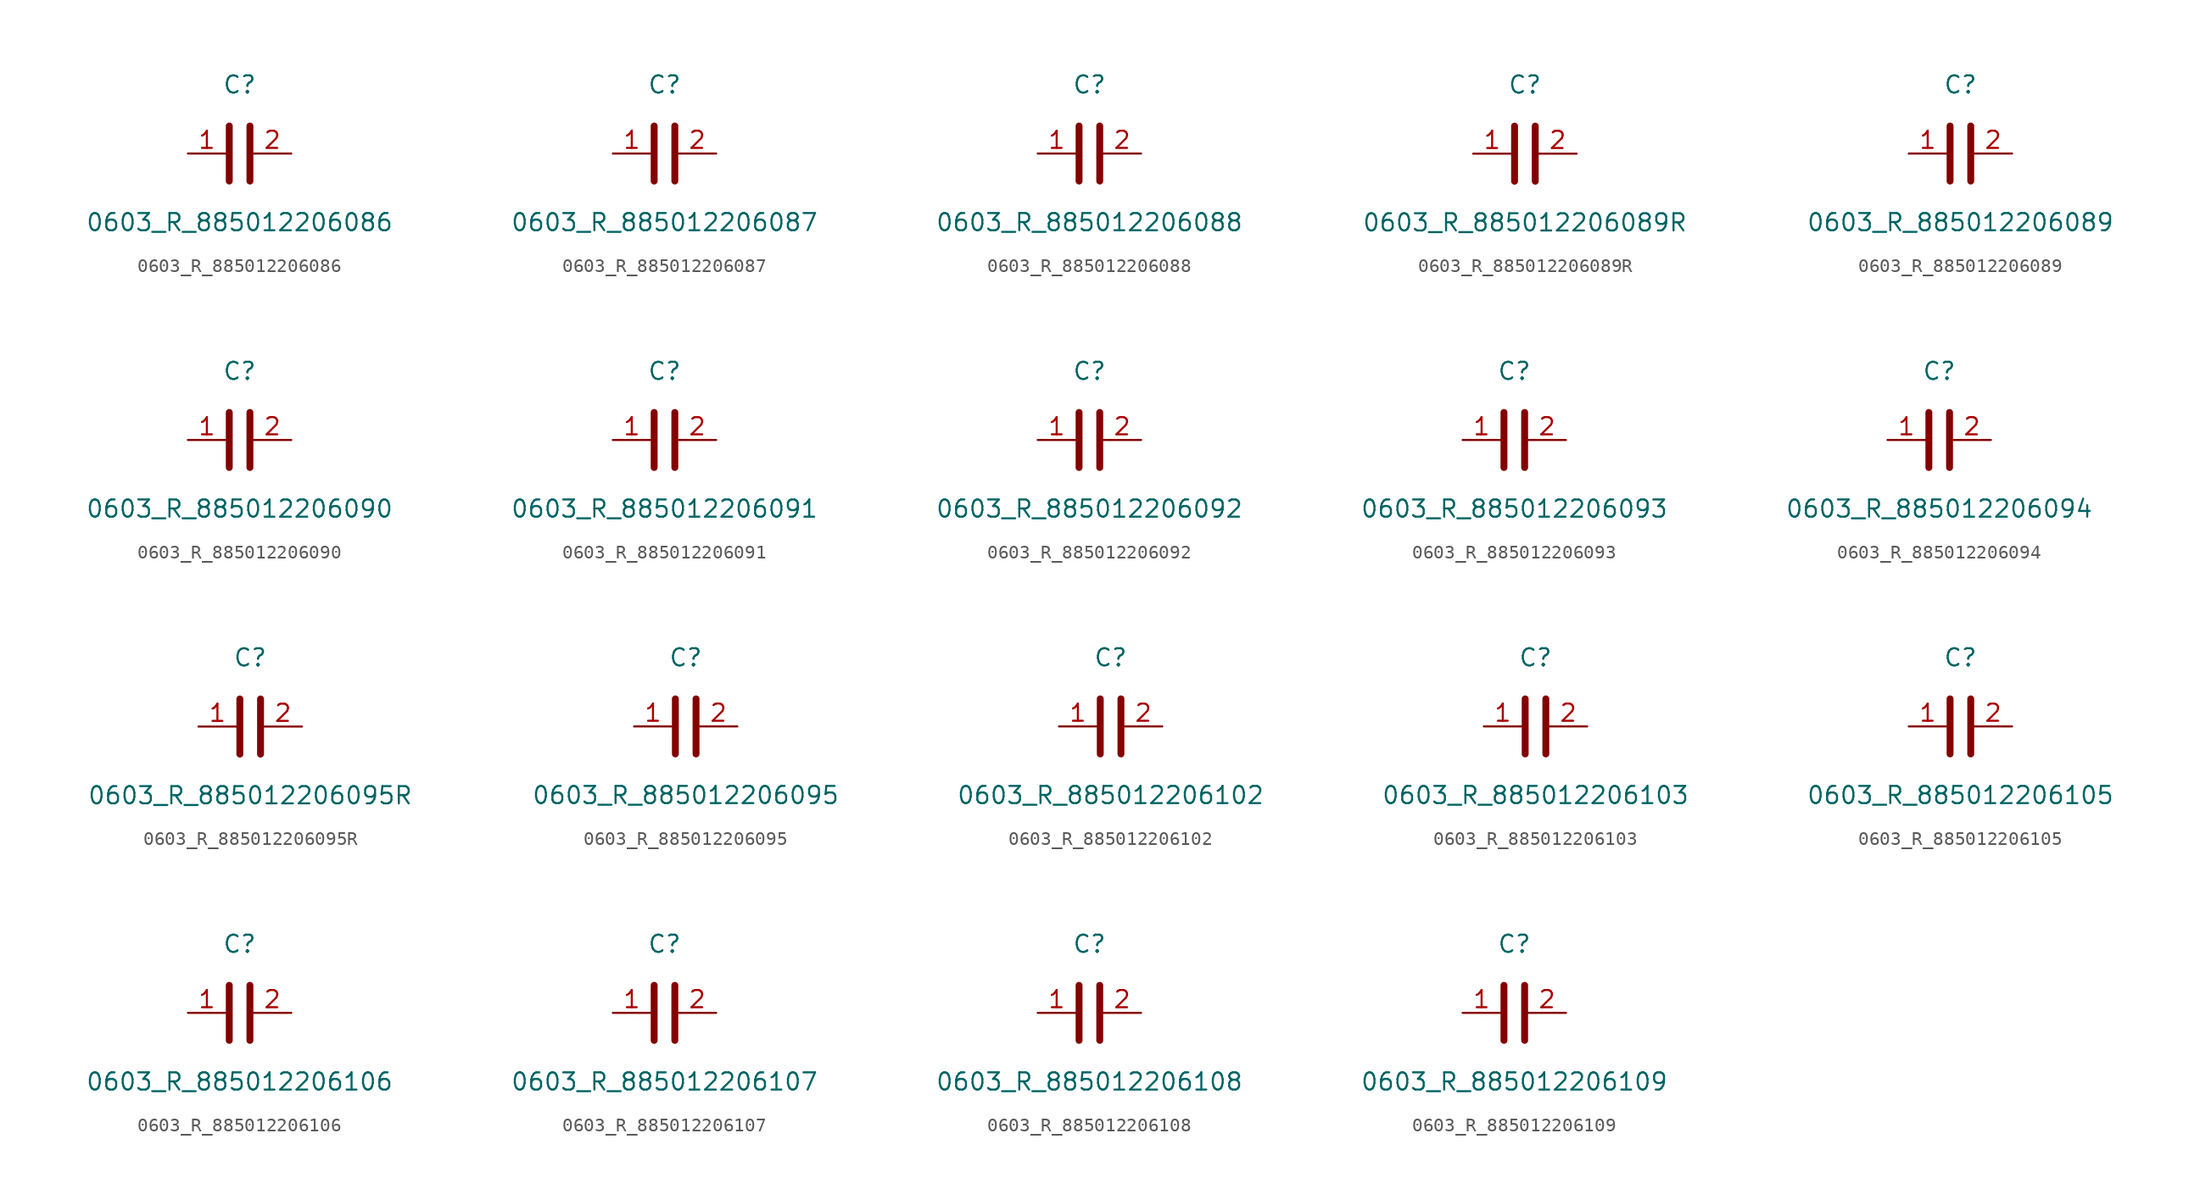
<source format=kicad_sym>
(kicad_symbol_lib
  (version 20220914)
  (generator kicad_symbol_editor)
  (symbol "0603_R_885012206086"
    (pin_names hide)
    (property "Reference" "C"
      (at 0 5.08 0)
      (effects (font (size 1.27 1.27))))
    (property "Value" "0603_R_885012206086"
      (at 0 -5.08 0)
      (effects (font (size 1.27 1.27))))
    (symbol "0603_R_885012206086_0_1"
      (polyline (pts (xy -0.762 -2.032) (xy -0.762 2.032)) (stroke (width 0.508) (type default)) (fill (type none)))
      (polyline (pts (xy 0.762 -2.032) (xy 0.762 2.032)) (stroke (width 0.508) (type default)) (fill (type none))))
    (symbol "0603_R_885012206086_1_1"
      (pin passive line (at -3.81 0 0) (length 2.794) (name "1" (effects (font (size 1.27 1.27)))) (number "1" (effects (font (size 1.27 1.27)))))
      (pin passive line (at 3.81 0 180) (length 2.794) (name "2" (effects (font (size 1.27 1.27)))) (number "2" (effects (font (size 1.27 1.27)))))))
  (symbol "0603_R_885012206087"
    (pin_names hide)
    (property "Reference" "C"
      (at 0 5.08 0)
      (effects (font (size 1.27 1.27))))
    (property "Value" "0603_R_885012206087"
      (at 0 -5.08 0)
      (effects (font (size 1.27 1.27))))
    (symbol "0603_R_885012206087_0_1"
      (polyline (pts (xy -0.762 -2.032) (xy -0.762 2.032)) (stroke (width 0.508) (type default)) (fill (type none)))
      (polyline (pts (xy 0.762 -2.032) (xy 0.762 2.032)) (stroke (width 0.508) (type default)) (fill (type none))))
    (symbol "0603_R_885012206087_1_1"
      (pin passive line (at -3.81 0 0) (length 2.794) (name "1" (effects (font (size 1.27 1.27)))) (number "1" (effects (font (size 1.27 1.27)))))
      (pin passive line (at 3.81 0 180) (length 2.794) (name "2" (effects (font (size 1.27 1.27)))) (number "2" (effects (font (size 1.27 1.27)))))))
  (symbol "0603_R_885012206088"
    (pin_names hide)
    (property "Reference" "C"
      (at 0 5.08 0)
      (effects (font (size 1.27 1.27))))
    (property "Value" "0603_R_885012206088"
      (at 0 -5.08 0)
      (effects (font (size 1.27 1.27))))
    (symbol "0603_R_885012206088_0_1"
      (polyline (pts (xy -0.762 -2.032) (xy -0.762 2.032)) (stroke (width 0.508) (type default)) (fill (type none)))
      (polyline (pts (xy 0.762 -2.032) (xy 0.762 2.032)) (stroke (width 0.508) (type default)) (fill (type none))))
    (symbol "0603_R_885012206088_1_1"
      (pin passive line (at -3.81 0 0) (length 2.794) (name "1" (effects (font (size 1.27 1.27)))) (number "1" (effects (font (size 1.27 1.27)))))
      (pin passive line (at 3.81 0 180) (length 2.794) (name "2" (effects (font (size 1.27 1.27)))) (number "2" (effects (font (size 1.27 1.27)))))))
  (symbol "0603_R_885012206089R"
    (pin_names hide)
    (property "Reference" "C"
      (at 0 5.08 0)
      (effects (font (size 1.27 1.27))))
    (property "Value" "0603_R_885012206089R"
      (at 0 -5.08 0)
      (effects (font (size 1.27 1.27))))
    (symbol "0603_R_885012206089R_0_1"
      (polyline (pts (xy -0.762 -2.032) (xy -0.762 2.032)) (stroke (width 0.508) (type default)) (fill (type none)))
      (polyline (pts (xy 0.762 -2.032) (xy 0.762 2.032)) (stroke (width 0.508) (type default)) (fill (type none))))
    (symbol "0603_R_885012206089R_1_1"
      (pin passive line (at -3.81 0 0) (length 2.794) (name "1" (effects (font (size 1.27 1.27)))) (number "1" (effects (font (size 1.27 1.27)))))
      (pin passive line (at 3.81 0 180) (length 2.794) (name "2" (effects (font (size 1.27 1.27)))) (number "2" (effects (font (size 1.27 1.27)))))))
  (symbol "0603_R_885012206089"
    (pin_names hide)
    (property "Reference" "C"
      (at 0 5.08 0)
      (effects (font (size 1.27 1.27))))
    (property "Value" "0603_R_885012206089"
      (at 0 -5.08 0)
      (effects (font (size 1.27 1.27))))
    (symbol "0603_R_885012206089_0_1"
      (polyline (pts (xy -0.762 -2.032) (xy -0.762 2.032)) (stroke (width 0.508) (type default)) (fill (type none)))
      (polyline (pts (xy 0.762 -2.032) (xy 0.762 2.032)) (stroke (width 0.508) (type default)) (fill (type none))))
    (symbol "0603_R_885012206089_1_1"
      (pin passive line (at -3.81 0 0) (length 2.794) (name "1" (effects (font (size 1.27 1.27)))) (number "1" (effects (font (size 1.27 1.27)))))
      (pin passive line (at 3.81 0 180) (length 2.794) (name "2" (effects (font (size 1.27 1.27)))) (number "2" (effects (font (size 1.27 1.27)))))))
  (symbol "0603_R_885012206090"
    (pin_names hide)
    (property "Reference" "C"
      (at 0 5.08 0)
      (effects (font (size 1.27 1.27))))
    (property "Value" "0603_R_885012206090"
      (at 0 -5.08 0)
      (effects (font (size 1.27 1.27))))
    (symbol "0603_R_885012206090_0_1"
      (polyline (pts (xy -0.762 -2.032) (xy -0.762 2.032)) (stroke (width 0.508) (type default)) (fill (type none)))
      (polyline (pts (xy 0.762 -2.032) (xy 0.762 2.032)) (stroke (width 0.508) (type default)) (fill (type none))))
    (symbol "0603_R_885012206090_1_1"
      (pin passive line (at -3.81 0 0) (length 2.794) (name "1" (effects (font (size 1.27 1.27)))) (number "1" (effects (font (size 1.27 1.27)))))
      (pin passive line (at 3.81 0 180) (length 2.794) (name "2" (effects (font (size 1.27 1.27)))) (number "2" (effects (font (size 1.27 1.27)))))))
  (symbol "0603_R_885012206091"
    (pin_names hide)
    (property "Reference" "C"
      (at 0 5.08 0)
      (effects (font (size 1.27 1.27))))
    (property "Value" "0603_R_885012206091"
      (at 0 -5.08 0)
      (effects (font (size 1.27 1.27))))
    (symbol "0603_R_885012206091_0_1"
      (polyline (pts (xy -0.762 -2.032) (xy -0.762 2.032)) (stroke (width 0.508) (type default)) (fill (type none)))
      (polyline (pts (xy 0.762 -2.032) (xy 0.762 2.032)) (stroke (width 0.508) (type default)) (fill (type none))))
    (symbol "0603_R_885012206091_1_1"
      (pin passive line (at -3.81 0 0) (length 2.794) (name "1" (effects (font (size 1.27 1.27)))) (number "1" (effects (font (size 1.27 1.27)))))
      (pin passive line (at 3.81 0 180) (length 2.794) (name "2" (effects (font (size 1.27 1.27)))) (number "2" (effects (font (size 1.27 1.27)))))))
  (symbol "0603_R_885012206092"
    (pin_names hide)
    (property "Reference" "C"
      (at 0 5.08 0)
      (effects (font (size 1.27 1.27))))
    (property "Value" "0603_R_885012206092"
      (at 0 -5.08 0)
      (effects (font (size 1.27 1.27))))
    (symbol "0603_R_885012206092_0_1"
      (polyline (pts (xy -0.762 -2.032) (xy -0.762 2.032)) (stroke (width 0.508) (type default)) (fill (type none)))
      (polyline (pts (xy 0.762 -2.032) (xy 0.762 2.032)) (stroke (width 0.508) (type default)) (fill (type none))))
    (symbol "0603_R_885012206092_1_1"
      (pin passive line (at -3.81 0 0) (length 2.794) (name "1" (effects (font (size 1.27 1.27)))) (number "1" (effects (font (size 1.27 1.27)))))
      (pin passive line (at 3.81 0 180) (length 2.794) (name "2" (effects (font (size 1.27 1.27)))) (number "2" (effects (font (size 1.27 1.27)))))))
  (symbol "0603_R_885012206093"
    (pin_names hide)
    (property "Reference" "C"
      (at 0 5.08 0)
      (effects (font (size 1.27 1.27))))
    (property "Value" "0603_R_885012206093"
      (at 0 -5.08 0)
      (effects (font (size 1.27 1.27))))
    (symbol "0603_R_885012206093_0_1"
      (polyline (pts (xy -0.762 -2.032) (xy -0.762 2.032)) (stroke (width 0.508) (type default)) (fill (type none)))
      (polyline (pts (xy 0.762 -2.032) (xy 0.762 2.032)) (stroke (width 0.508) (type default)) (fill (type none))))
    (symbol "0603_R_885012206093_1_1"
      (pin passive line (at -3.81 0 0) (length 2.794) (name "1" (effects (font (size 1.27 1.27)))) (number "1" (effects (font (size 1.27 1.27)))))
      (pin passive line (at 3.81 0 180) (length 2.794) (name "2" (effects (font (size 1.27 1.27)))) (number "2" (effects (font (size 1.27 1.27)))))))
  (symbol "0603_R_885012206094"
    (pin_names hide)
    (property "Reference" "C"
      (at 0 5.08 0)
      (effects (font (size 1.27 1.27))))
    (property "Value" "0603_R_885012206094"
      (at 0 -5.08 0)
      (effects (font (size 1.27 1.27))))
    (symbol "0603_R_885012206094_0_1"
      (polyline (pts (xy -0.762 -2.032) (xy -0.762 2.032)) (stroke (width 0.508) (type default)) (fill (type none)))
      (polyline (pts (xy 0.762 -2.032) (xy 0.762 2.032)) (stroke (width 0.508) (type default)) (fill (type none))))
    (symbol "0603_R_885012206094_1_1"
      (pin passive line (at -3.81 0 0) (length 2.794) (name "1" (effects (font (size 1.27 1.27)))) (number "1" (effects (font (size 1.27 1.27)))))
      (pin passive line (at 3.81 0 180) (length 2.794) (name "2" (effects (font (size 1.27 1.27)))) (number "2" (effects (font (size 1.27 1.27)))))))
  (symbol "0603_R_885012206095R"
    (pin_names hide)
    (property "Reference" "C"
      (at 0 5.08 0)
      (effects (font (size 1.27 1.27))))
    (property "Value" "0603_R_885012206095R"
      (at 0 -5.08 0)
      (effects (font (size 1.27 1.27))))
    (symbol "0603_R_885012206095R_0_1"
      (polyline (pts (xy -0.762 -2.032) (xy -0.762 2.032)) (stroke (width 0.508) (type default)) (fill (type none)))
      (polyline (pts (xy 0.762 -2.032) (xy 0.762 2.032)) (stroke (width 0.508) (type default)) (fill (type none))))
    (symbol "0603_R_885012206095R_1_1"
      (pin passive line (at -3.81 0 0) (length 2.794) (name "1" (effects (font (size 1.27 1.27)))) (number "1" (effects (font (size 1.27 1.27)))))
      (pin passive line (at 3.81 0 180) (length 2.794) (name "2" (effects (font (size 1.27 1.27)))) (number "2" (effects (font (size 1.27 1.27)))))))
  (symbol "0603_R_885012206095"
    (pin_names hide)
    (property "Reference" "C"
      (at 0 5.08 0)
      (effects (font (size 1.27 1.27))))
    (property "Value" "0603_R_885012206095"
      (at 0 -5.08 0)
      (effects (font (size 1.27 1.27))))
    (symbol "0603_R_885012206095_0_1"
      (polyline (pts (xy -0.762 -2.032) (xy -0.762 2.032)) (stroke (width 0.508) (type default)) (fill (type none)))
      (polyline (pts (xy 0.762 -2.032) (xy 0.762 2.032)) (stroke (width 0.508) (type default)) (fill (type none))))
    (symbol "0603_R_885012206095_1_1"
      (pin passive line (at -3.81 0 0) (length 2.794) (name "1" (effects (font (size 1.27 1.27)))) (number "1" (effects (font (size 1.27 1.27)))))
      (pin passive line (at 3.81 0 180) (length 2.794) (name "2" (effects (font (size 1.27 1.27)))) (number "2" (effects (font (size 1.27 1.27)))))))
  (symbol "0603_R_885012206102"
    (pin_names hide)
    (property "Reference" "C"
      (at 0 5.08 0)
      (effects (font (size 1.27 1.27))))
    (property "Value" "0603_R_885012206102"
      (at 0 -5.08 0)
      (effects (font (size 1.27 1.27))))
    (symbol "0603_R_885012206102_0_1"
      (polyline (pts (xy -0.762 -2.032) (xy -0.762 2.032)) (stroke (width 0.508) (type default)) (fill (type none)))
      (polyline (pts (xy 0.762 -2.032) (xy 0.762 2.032)) (stroke (width 0.508) (type default)) (fill (type none))))
    (symbol "0603_R_885012206102_1_1"
      (pin passive line (at -3.81 0 0) (length 2.794) (name "1" (effects (font (size 1.27 1.27)))) (number "1" (effects (font (size 1.27 1.27)))))
      (pin passive line (at 3.81 0 180) (length 2.794) (name "2" (effects (font (size 1.27 1.27)))) (number "2" (effects (font (size 1.27 1.27)))))))
  (symbol "0603_R_885012206103"
    (pin_names hide)
    (property "Reference" "C"
      (at 0 5.08 0)
      (effects (font (size 1.27 1.27))))
    (property "Value" "0603_R_885012206103"
      (at 0 -5.08 0)
      (effects (font (size 1.27 1.27))))
    (symbol "0603_R_885012206103_0_1"
      (polyline (pts (xy -0.762 -2.032) (xy -0.762 2.032)) (stroke (width 0.508) (type default)) (fill (type none)))
      (polyline (pts (xy 0.762 -2.032) (xy 0.762 2.032)) (stroke (width 0.508) (type default)) (fill (type none))))
    (symbol "0603_R_885012206103_1_1"
      (pin passive line (at -3.81 0 0) (length 2.794) (name "1" (effects (font (size 1.27 1.27)))) (number "1" (effects (font (size 1.27 1.27)))))
      (pin passive line (at 3.81 0 180) (length 2.794) (name "2" (effects (font (size 1.27 1.27)))) (number "2" (effects (font (size 1.27 1.27)))))))
  (symbol "0603_R_885012206105"
    (pin_names hide)
    (property "Reference" "C"
      (at 0 5.08 0)
      (effects (font (size 1.27 1.27))))
    (property "Value" "0603_R_885012206105"
      (at 0 -5.08 0)
      (effects (font (size 1.27 1.27))))
    (symbol "0603_R_885012206105_0_1"
      (polyline (pts (xy -0.762 -2.032) (xy -0.762 2.032)) (stroke (width 0.508) (type default)) (fill (type none)))
      (polyline (pts (xy 0.762 -2.032) (xy 0.762 2.032)) (stroke (width 0.508) (type default)) (fill (type none))))
    (symbol "0603_R_885012206105_1_1"
      (pin passive line (at -3.81 0 0) (length 2.794) (name "1" (effects (font (size 1.27 1.27)))) (number "1" (effects (font (size 1.27 1.27)))))
      (pin passive line (at 3.81 0 180) (length 2.794) (name "2" (effects (font (size 1.27 1.27)))) (number "2" (effects (font (size 1.27 1.27)))))))
  (symbol "0603_R_885012206106"
    (pin_names hide)
    (property "Reference" "C"
      (at 0 5.08 0)
      (effects (font (size 1.27 1.27))))
    (property "Value" "0603_R_885012206106"
      (at 0 -5.08 0)
      (effects (font (size 1.27 1.27))))
    (symbol "0603_R_885012206106_0_1"
      (polyline (pts (xy -0.762 -2.032) (xy -0.762 2.032)) (stroke (width 0.508) (type default)) (fill (type none)))
      (polyline (pts (xy 0.762 -2.032) (xy 0.762 2.032)) (stroke (width 0.508) (type default)) (fill (type none))))
    (symbol "0603_R_885012206106_1_1"
      (pin passive line (at -3.81 0 0) (length 2.794) (name "1" (effects (font (size 1.27 1.27)))) (number "1" (effects (font (size 1.27 1.27)))))
      (pin passive line (at 3.81 0 180) (length 2.794) (name "2" (effects (font (size 1.27 1.27)))) (number "2" (effects (font (size 1.27 1.27)))))))
  (symbol "0603_R_885012206107"
    (pin_names hide)
    (property "Reference" "C"
      (at 0 5.08 0)
      (effects (font (size 1.27 1.27))))
    (property "Value" "0603_R_885012206107"
      (at 0 -5.08 0)
      (effects (font (size 1.27 1.27))))
    (symbol "0603_R_885012206107_0_1"
      (polyline (pts (xy -0.762 -2.032) (xy -0.762 2.032)) (stroke (width 0.508) (type default)) (fill (type none)))
      (polyline (pts (xy 0.762 -2.032) (xy 0.762 2.032)) (stroke (width 0.508) (type default)) (fill (type none))))
    (symbol "0603_R_885012206107_1_1"
      (pin passive line (at -3.81 0 0) (length 2.794) (name "1" (effects (font (size 1.27 1.27)))) (number "1" (effects (font (size 1.27 1.27)))))
      (pin passive line (at 3.81 0 180) (length 2.794) (name "2" (effects (font (size 1.27 1.27)))) (number "2" (effects (font (size 1.27 1.27)))))))
  (symbol "0603_R_885012206108"
    (pin_names hide)
    (property "Reference" "C"
      (at 0 5.08 0)
      (effects (font (size 1.27 1.27))))
    (property "Value" "0603_R_885012206108"
      (at 0 -5.08 0)
      (effects (font (size 1.27 1.27))))
    (symbol "0603_R_885012206108_0_1"
      (polyline (pts (xy -0.762 -2.032) (xy -0.762 2.032)) (stroke (width 0.508) (type default)) (fill (type none)))
      (polyline (pts (xy 0.762 -2.032) (xy 0.762 2.032)) (stroke (width 0.508) (type default)) (fill (type none))))
    (symbol "0603_R_885012206108_1_1"
      (pin passive line (at -3.81 0 0) (length 2.794) (name "1" (effects (font (size 1.27 1.27)))) (number "1" (effects (font (size 1.27 1.27)))))
      (pin passive line (at 3.81 0 180) (length 2.794) (name "2" (effects (font (size 1.27 1.27)))) (number "2" (effects (font (size 1.27 1.27)))))))
  (symbol "0603_R_885012206109"
    (pin_names hide)
    (property "Reference" "C"
      (at 0 5.08 0)
      (effects (font (size 1.27 1.27))))
    (property "Value" "0603_R_885012206109"
      (at 0 -5.08 0)
      (effects (font (size 1.27 1.27))))
    (symbol "0603_R_885012206109_0_1"
      (polyline (pts (xy -0.762 -2.032) (xy -0.762 2.032)) (stroke (width 0.508) (type default)) (fill (type none)))
      (polyline (pts (xy 0.762 -2.032) (xy 0.762 2.032)) (stroke (width 0.508) (type default)) (fill (type none))))
    (symbol "0603_R_885012206109_1_1"
      (pin passive line (at -3.81 0 0) (length 2.794) (name "1" (effects (font (size 1.27 1.27)))) (number "1" (effects (font (size 1.27 1.27)))))
      (pin passive line (at 3.81 0 180) (length 2.794) (name "2" (effects (font (size 1.27 1.27)))) (number "2" (effects (font (size 1.27 1.27))))))))
</source>
